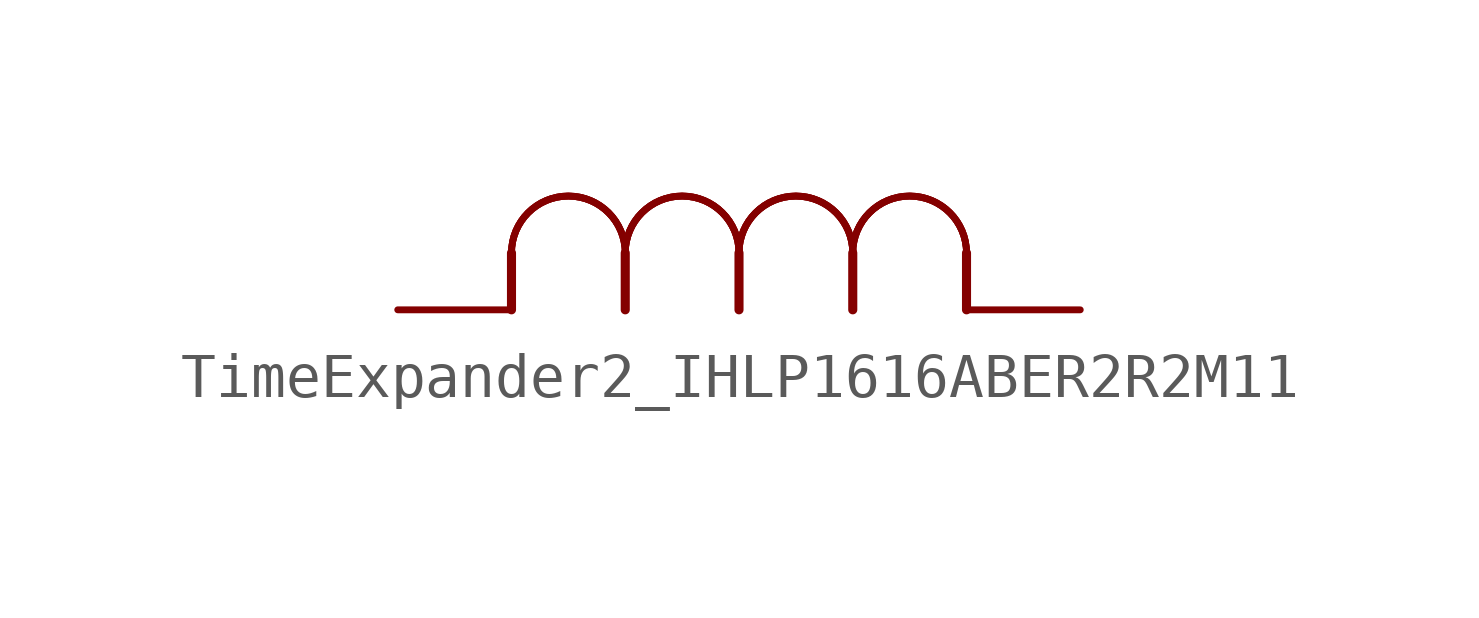
<source format=kicad_sym>
(kicad_symbol_lib
  (version 20231120)
  (generator "kicad_symbol_editor")
  (generator_version "8.0")
  (symbol "TimeExpander2_IHLP1616ABER2R2M11"
    (property "Reference" "L"
      (at -0.914 3.353 0)
      (effects (font (size 3.48 2.958)) (justify left bottom) (hide yes)))
    (property "ki_locked" ""
      (at 0 0 0)
      (effects (font (size 1.27 1.27))))
    (symbol "TimeExpander2_IHLP1616ABER2R2M11_1_0"
      (polyline (pts (xy 2.54 0) (xy 2.54 1.27)) (stroke (width 0.203) (type solid)) (fill (type none)))
      (polyline (pts (xy 5.08 0) (xy 5.08 1.27)) (stroke (width 0.203) (type solid)) (fill (type none)))
      (polyline (pts (xy 7.62 0) (xy 7.62 1.27)) (stroke (width 0.203) (type solid)) (fill (type none)))
      (polyline (pts (xy 10.16 0) (xy 10.16 1.27)) (stroke (width 0.203) (type solid)) (fill (type none)))
      (polyline (pts (xy 12.7 0) (xy 12.7 1.27)) (stroke (width 0.203) (type solid)) (fill (type none)))
      (arc (start 5.08 1.27) (mid 3.81 2.54) (end 2.54 1.27) (stroke (width 0.1524) (type solid)) (fill (type none)))
      (arc (start 5.08 1.27) (mid 3.81 2.54) (end 2.54 1.27) (stroke (width 0.1524) (type solid)) (fill (type none)))
      (arc (start 5.08 1.27) (mid 3.81 2.54) (end 2.54 1.27) (stroke (width 0.1524) (type solid)) (fill (type none)))
      (arc (start 7.62 1.27) (mid 6.35 2.54) (end 5.08 1.27) (stroke (width 0.1524) (type solid)) (fill (type none)))
      (arc (start 7.62 1.27) (mid 6.35 2.54) (end 5.08 1.27) (stroke (width 0.1524) (type solid)) (fill (type none)))
      (arc (start 7.62 1.27) (mid 6.35 2.54) (end 5.08 1.27) (stroke (width 0.1524) (type solid)) (fill (type none)))
      (arc (start 10.16 1.27) (mid 8.89 2.54) (end 7.62 1.27) (stroke (width 0.1524) (type solid)) (fill (type none)))
      (arc (start 10.16 1.27) (mid 8.89 2.54) (end 7.62 1.27) (stroke (width 0.1524) (type solid)) (fill (type none)))
      (arc (start 10.16 1.27) (mid 8.89 2.54) (end 7.62 1.27) (stroke (width 0.1524) (type solid)) (fill (type none)))
      (arc (start 12.7 1.27) (mid 11.43 2.54) (end 10.16 1.27) (stroke (width 0.1524) (type solid)) (fill (type none)))
      (arc (start 12.7 1.27) (mid 11.43 2.54) (end 10.16 1.27) (stroke (width 0.1524) (type solid)) (fill (type none)))
      (arc (start 12.7 1.27) (mid 11.43 2.54) (end 10.16 1.27) (stroke (width 0.1524) (type solid)) (fill (type none)))
      (pin passive line (at 15.24 0 180) (length 2.54) (name "1" (effects (font (size 0 0)))) (number "1" (effects (font (size 0 0)))))
      (pin passive line (at 0 0 0) (length 2.54) (name "2" (effects (font (size 0 0)))) (number "2" (effects (font (size 0 0))))))))
</source>
